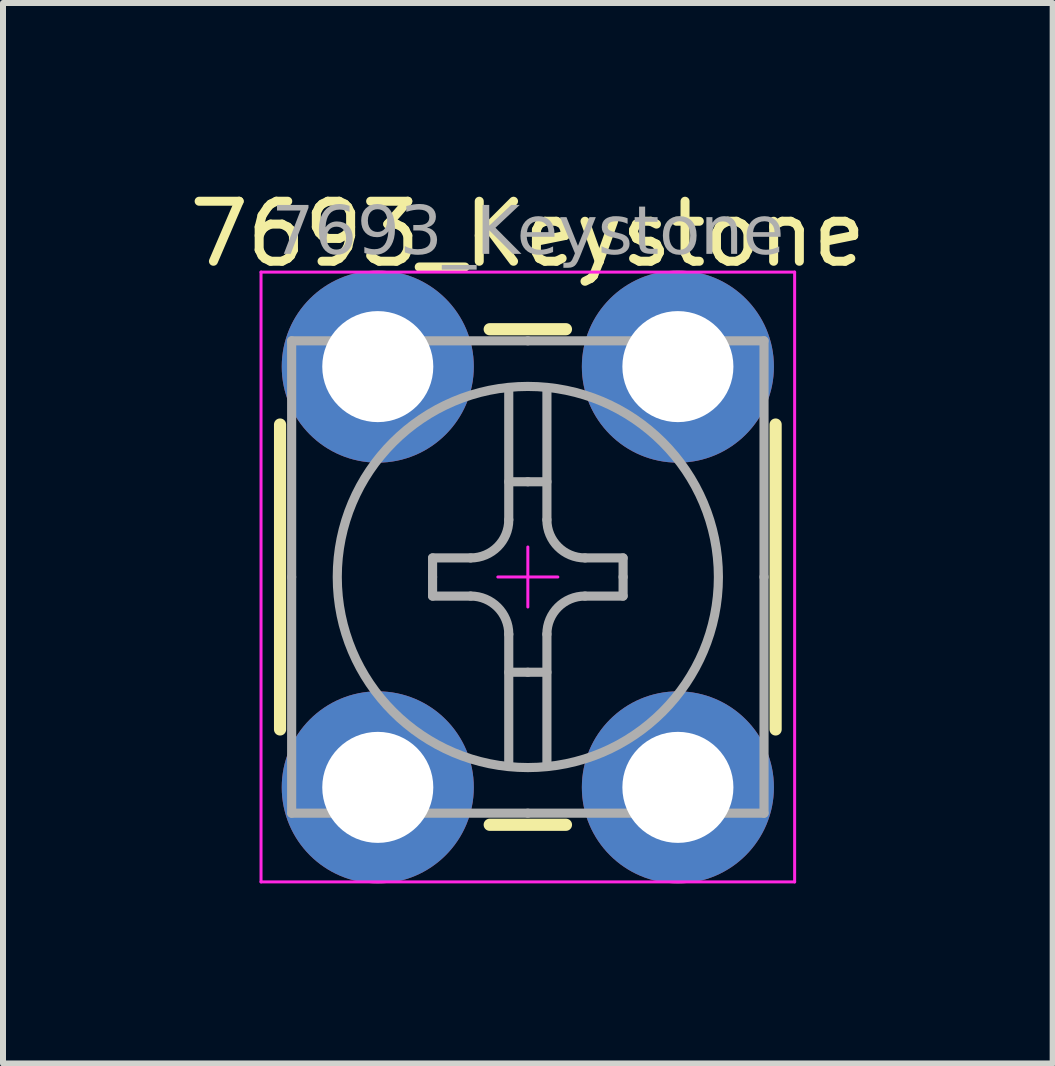
<source format=kicad_pcb>
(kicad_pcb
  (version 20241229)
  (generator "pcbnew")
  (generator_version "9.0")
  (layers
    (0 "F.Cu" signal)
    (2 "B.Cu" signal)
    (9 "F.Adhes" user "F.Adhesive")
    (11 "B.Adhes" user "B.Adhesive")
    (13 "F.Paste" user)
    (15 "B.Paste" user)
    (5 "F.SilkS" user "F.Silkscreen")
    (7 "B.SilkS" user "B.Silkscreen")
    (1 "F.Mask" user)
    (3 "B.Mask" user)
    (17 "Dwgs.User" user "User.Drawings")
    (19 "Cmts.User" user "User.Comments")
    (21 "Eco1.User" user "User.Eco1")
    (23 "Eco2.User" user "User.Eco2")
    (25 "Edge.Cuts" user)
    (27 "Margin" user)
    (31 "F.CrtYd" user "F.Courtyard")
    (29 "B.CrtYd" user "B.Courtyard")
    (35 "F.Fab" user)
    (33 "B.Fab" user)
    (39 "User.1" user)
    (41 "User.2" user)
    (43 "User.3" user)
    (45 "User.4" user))
  (footprint "7693_Keystone"
    (layer "F.Cu")
    (at 5.744 6.563)
    (property "Reference" "7693_Keystone" (at 0 -5.715 0) (unlocked yes) (layer "F.SilkS") (effects (font (size 1 1) (thickness 0.15))))
    (attr through_hole)
    (fp_line (start -4.128 2.54) (end -4.128 -2.54) (stroke (width 0.203) (type solid)) (layer "F.SilkS"))
    (fp_line (start -0.635 -4.128) (end 0.635 -4.128) (stroke (width 0.203) (type solid)) (layer "F.SilkS"))
    (fp_line (start -0.635 4.128) (end 0.635 4.128) (stroke (width 0.203) (type solid)) (layer "F.SilkS"))
    (fp_line (start 4.128 2.54) (end 4.128 -2.54) (stroke (width 0.203) (type solid)) (layer "F.SilkS"))
    (fp_line (start -4.445 5.08) (end -4.445 -5.08) (stroke (width 0.05) (type solid)) (layer "F.CrtYd"))
    (fp_line (start 0 -0.5) (end 0 0.5) (stroke (width 0.05) (type default)) (layer "F.CrtYd"))
    (fp_line (start 0.5 0) (end -0.5 0) (stroke (width 0.05) (type default)) (layer "F.CrtYd"))
    (fp_line (start 4.445 -5.08) (end -4.445 -5.08) (stroke (width 0.05) (type solid)) (layer "F.CrtYd"))
    (fp_line (start 4.445 -5.08) (end 4.445 5.08) (stroke (width 0.05) (type solid)) (layer "F.CrtYd"))
    (fp_line (start 4.445 5.08) (end -4.445 5.08) (stroke (width 0.05) (type solid)) (layer "F.CrtYd"))
    (fp_line (start -3.935 0) (end -3.935 -3.935) (stroke (width 0.152) (type solid)) (layer "F.Fab"))
    (fp_line (start -3.935 0) (end -3.935 3.935) (stroke (width 0.152) (type solid)) (layer "F.Fab"))
    (fp_line (start -1.587 -0.318) (end -1.587 0) (stroke (width 0.152) (type solid)) (layer "F.Fab"))
    (fp_line (start -1.587 0.318) (end -1.587 0) (stroke (width 0.152) (type solid)) (layer "F.Fab"))
    (fp_line (start -0.953 -0.318) (end -1.587 -0.318) (stroke (width 0.152) (type solid)) (layer "F.Fab"))
    (fp_line (start -0.953 0.318) (end -1.587 0.318) (stroke (width 0.152) (type solid)) (layer "F.Fab"))
    (fp_line (start -0.318 -3.15) (end -0.318 -0.953) (stroke (width 0.152) (type solid)) (layer "F.Fab"))
    (fp_line (start -0.318 3.15) (end -0.318 0.953) (stroke (width 0.152) (type solid)) (layer "F.Fab"))
    (fp_line (start 0 -3.935) (end -3.935 -3.935) (stroke (width 0.152) (type solid)) (layer "F.Fab"))
    (fp_line (start 0 -3.935) (end 3.935 -3.935) (stroke (width 0.152) (type solid)) (layer "F.Fab"))
    (fp_line (start 0 -1.587) (end -0.318 -1.587) (stroke (width 0.152) (type solid)) (layer "F.Fab"))
    (fp_line (start 0 -1.587) (end 0.318 -1.587) (stroke (width 0.152) (type solid)) (layer "F.Fab"))
    (fp_line (start 0 1.587) (end -0.318 1.587) (stroke (width 0.152) (type solid)) (layer "F.Fab"))
    (fp_line (start 0 1.587) (end 0.318 1.587) (stroke (width 0.152) (type solid)) (layer "F.Fab"))
    (fp_line (start 0 3.935) (end -3.935 3.935) (stroke (width 0.152) (type solid)) (layer "F.Fab"))
    (fp_line (start 0 3.935) (end 3.935 3.935) (stroke (width 0.152) (type solid)) (layer "F.Fab"))
    (fp_line (start 0.318 -3.15) (end 0.318 -0.953) (stroke (width 0.152) (type solid)) (layer "F.Fab"))
    (fp_line (start 0.318 3.15) (end 0.318 0.953) (stroke (width 0.152) (type solid)) (layer "F.Fab"))
    (fp_line (start 0.953 -0.318) (end 1.587 -0.318) (stroke (width 0.152) (type solid)) (layer "F.Fab"))
    (fp_line (start 0.953 0.318) (end 1.587 0.318) (stroke (width 0.152) (type solid)) (layer "F.Fab"))
    (fp_line (start 1.587 -0.318) (end 1.587 0) (stroke (width 0.152) (type solid)) (layer "F.Fab"))
    (fp_line (start 1.587 0.318) (end 1.587 0) (stroke (width 0.152) (type solid)) (layer "F.Fab"))
    (fp_line (start 3.935 0) (end 3.935 -3.935) (stroke (width 0.152) (type solid)) (layer "F.Fab"))
    (fp_line (start 3.935 0) (end 3.935 3.935) (stroke (width 0.152) (type solid)) (layer "F.Fab"))
    (fp_arc (start -0.9525 0.3175) (mid -0.503487 0.503487) (end -0.3175 0.9525) (stroke (width 0.1524) (type solid)) (layer "F.Fab"))
    (fp_arc (start -0.3175 -0.9525) (mid -0.503487 -0.503487) (end -0.9525 -0.3175) (stroke (width 0.1524) (type solid)) (layer "F.Fab"))
    (fp_arc (start 0.3175 0.9525) (mid 0.503487 0.503487) (end 0.9525 0.3175) (stroke (width 0.1524) (type solid)) (layer "F.Fab"))
    (fp_arc (start 0.9525 -0.3175) (mid 0.503487 -0.503487) (end 0.3175 -0.9525) (stroke (width 0.1524) (type solid)) (layer "F.Fab"))
    (fp_circle (center 0 0) (end 0 -3.175) (stroke (width 0.152) (type solid)) (fill no) (layer "F.Fab"))
    (fp_text user "${REFERENCE}" (at 0 -5.715 0) (layer "F.Fab") (effects (font (face "Tahoma") (size 0.8 0.8) (thickness 0.15))))
    (pad "1" thru_hole circle (at -2.5 -3.505 90) (size 3.2 3.2) (drill 1.85) (layers "*.Cu" "*.Mask"))
    (pad "1" thru_hole circle (at -2.5 3.505 90) (size 3.2 3.2) (drill 1.85) (layers "*.Cu" "*.Mask"))
    (pad "1" thru_hole circle (at 2.5 -3.505 90) (size 3.2 3.2) (drill 1.85) (layers "*.Cu" "*.Mask"))
    (pad "1" thru_hole circle (at 2.5 3.505 90) (size 3.2 3.2) (drill 1.85) (layers "*.Cu" "*.Mask")))
  (gr_rect
    (start -3 -3)
    (end 14.488 14.668)
    (stroke (width 0.1) (type default))
    (fill no)
    (layer "Edge.Cuts")))
</source>
